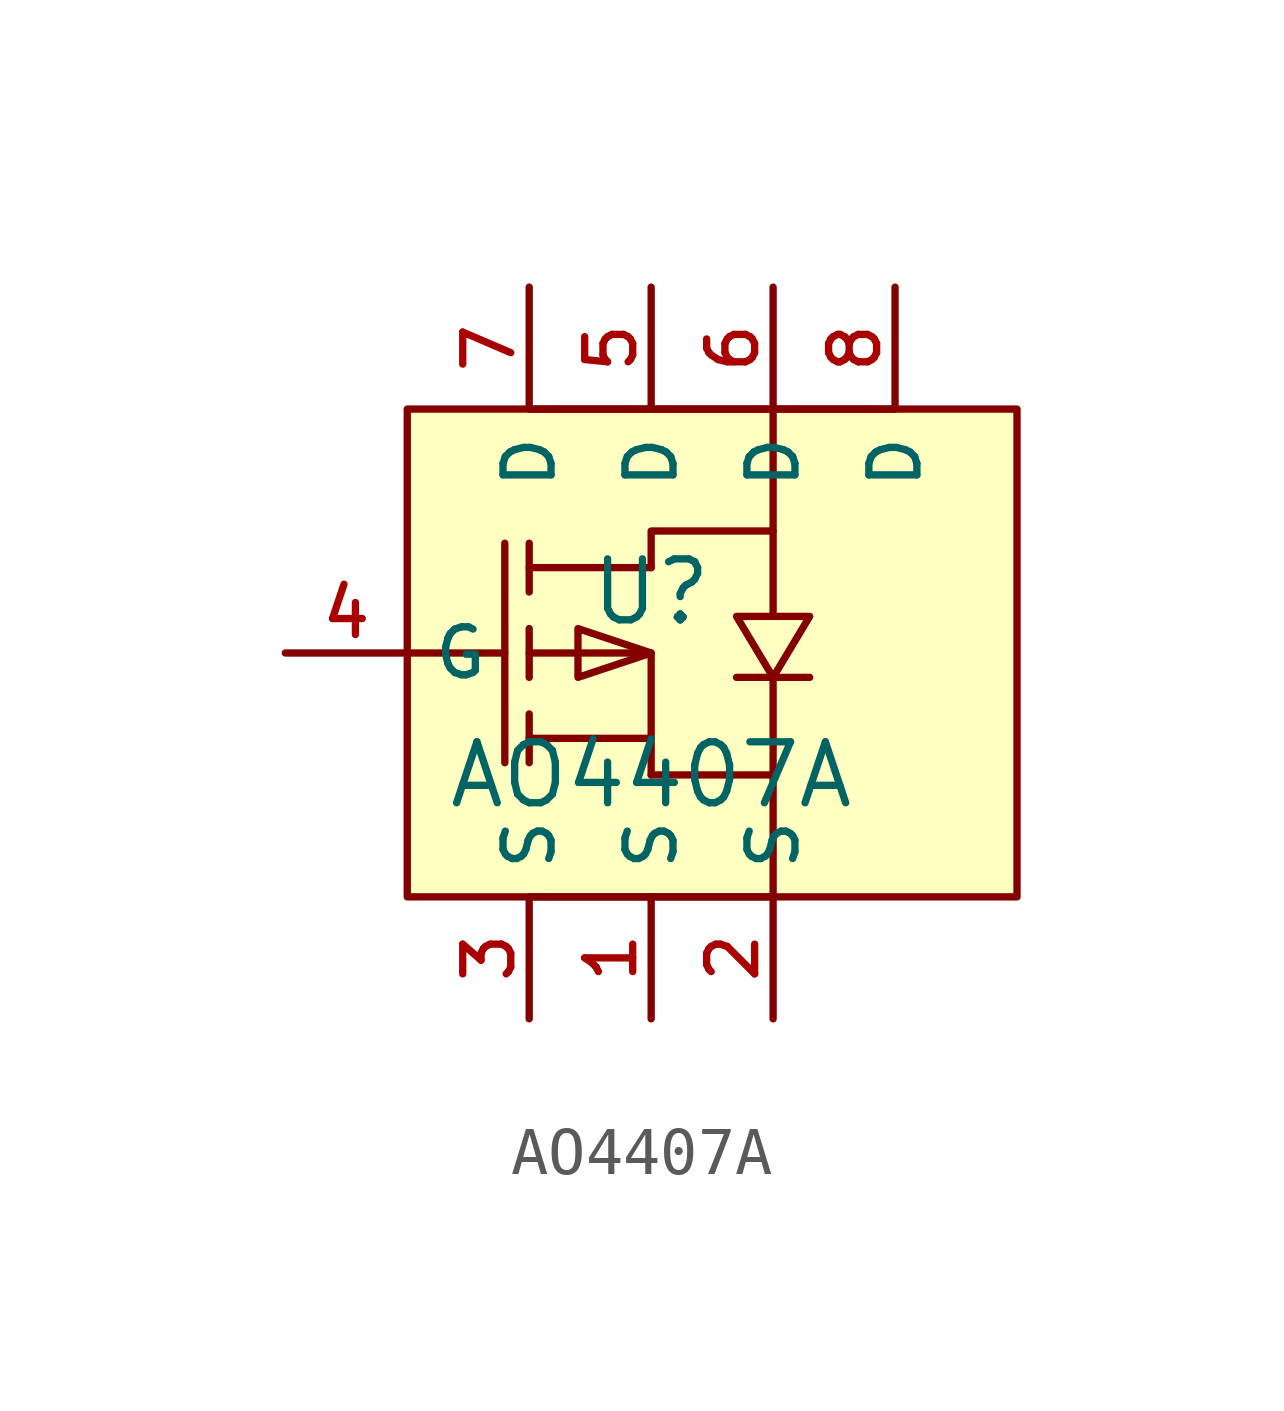
<source format=kicad_sym>
(kicad_symbol_lib
  (version 20210201)
  (generator TousstNicolas/JLC2KiCad_lib)
  (symbol "AO4407A"
    (property "Reference" "U"
      (at 0 1.27 0)
      (effects (font (size 1.27 1.27))))
    (property "Value" "AO4407A"
      (at 0 -2.54 0)
      (effects (font (size 1.27 1.27))))
    (symbol "AO4407A_0_1"
      (pin unspecified line (at 0.0 -7.62 90) (length 2.54) (name "S" (effects (font (size 1 1)))) (number "1" (effects (font (size 1 1)))))
      (pin unspecified line (at 0.0 7.62 270) (length 2.54) (name "D" (effects (font (size 1 1)))) (number "5" (effects (font (size 1 1)))))
      (pin unspecified line (at 2.54 -7.62 90) (length 2.54) (name "S" (effects (font (size 1 1)))) (number "2" (effects (font (size 1 1)))))
      (pin unspecified line (at 2.54 7.62 270) (length 2.54) (name "D" (effects (font (size 1 1)))) (number "6" (effects (font (size 1 1)))))
      (pin unspecified line (at 5.08 7.62 270) (length 2.54) (name "D" (effects (font (size 1 1)))) (number "8" (effects (font (size 1 1)))))
      (polyline (pts (xy -5.08 -0.0) (xy -3.048 -0.0)) (stroke (width 0) (type default) (color 0 0 0 0)) (fill (type none)))
      (pin unspecified line (at -2.54 7.62 270) (length 2.54) (name "D" (effects (font (size 1 1)))) (number "7" (effects (font (size 1 1)))))
      (pin unspecified line (at -7.62 -0.0 0) (length 2.54) (name "G" (effects (font (size 1 1)))) (number "4" (effects (font (size 1 1)))))
      (pin unspecified line (at -2.54 -7.62 90) (length 2.54) (name "S" (effects (font (size 1 1)))) (number "3" (effects (font (size 1 1)))))
      (polyline (pts (xy 2.54 2.54) (xy 2.54 5.08)) (stroke (width 0) (type default) (color 0 0 0 0)) (fill (type none)))
      (polyline (pts (xy 5.08 5.08) (xy -2.54 5.08)) (stroke (width 0) (type default) (color 0 0 0 0)) (fill (type none)))
      (polyline (pts (xy 2.54 -5.08) (xy -2.54 -5.08)) (stroke (width 0) (type default) (color 0 0 0 0)) (fill (type none)))
      (polyline (pts (xy 2.54 -5.08) (xy 2.54 -2.54)) (stroke (width 0) (type default) (color 0 0 0 0)) (fill (type none)))
      (rectangle (start -5.08 5.08) (end 7.62 -5.08) (stroke (width 0) (type default) (color 0 0 0 0)) (fill (type background)))
      (polyline (pts (xy 0.0 -0.0) (xy -1.524 0.508) (xy -1.524 -0.508) (xy 0.0 -0.0)) (stroke (width 0) (type default) (color 0 0 0 0)) (fill (type background)))
      (polyline (pts (xy 2.54 -0.508) (xy 3.302 0.762) (xy 1.778 0.762) (xy 2.54 -0.508)) (stroke (width 0) (type default) (color 0 0 0 0)) (fill (type background)))
      (polyline (pts (xy 0.0 -2.54) (xy 2.54 -2.54) (xy 2.54 -0.508)) (stroke (width 0) (type default) (color 0 0 0 0)) (fill (type none)))
      (polyline (pts (xy 0.0 1.778) (xy 0.0 2.54) (xy 2.54 2.54) (xy 2.54 0.762)) (stroke (width 0) (type default) (color 0 0 0 0)) (fill (type none)))
      (polyline (pts (xy 0.0 1.778) (xy -2.54 1.778)) (stroke (width 0) (type default) (color 0 0 0 0)) (fill (type none)))
      (polyline (pts (xy -2.54 -0.0) (xy 0.0 -0.0) (xy 0.0 -2.54)) (stroke (width 0) (type default) (color 0 0 0 0)) (fill (type none)))
      (polyline (pts (xy 0.0 -1.778) (xy -2.54 -1.778)) (stroke (width 0) (type default) (color 0 0 0 0)) (fill (type none)))
      (polyline (pts (xy -3.048 2.286) (xy -3.048 -2.286)) (stroke (width 0) (type default) (color 0 0 0 0)) (fill (type none)))
      (polyline (pts (xy -2.54 1.27) (xy -2.54 2.286)) (stroke (width 0) (type default) (color 0 0 0 0)) (fill (type none)))
      (polyline (pts (xy -2.54 -0.508) (xy -2.54 0.508)) (stroke (width 0) (type default) (color 0 0 0 0)) (fill (type none)))
      (polyline (pts (xy -2.54 -2.286) (xy -2.54 -1.27)) (stroke (width 0) (type default) (color 0 0 0 0)) (fill (type none)))
      (polyline (pts (xy 3.302 -0.508) (xy 3.048 -0.508) (xy 2.032 -0.508) (xy 1.778 -0.508)) (stroke (width 0) (type default) (color 0 0 0 0)) (fill (type none))))))
</source>
